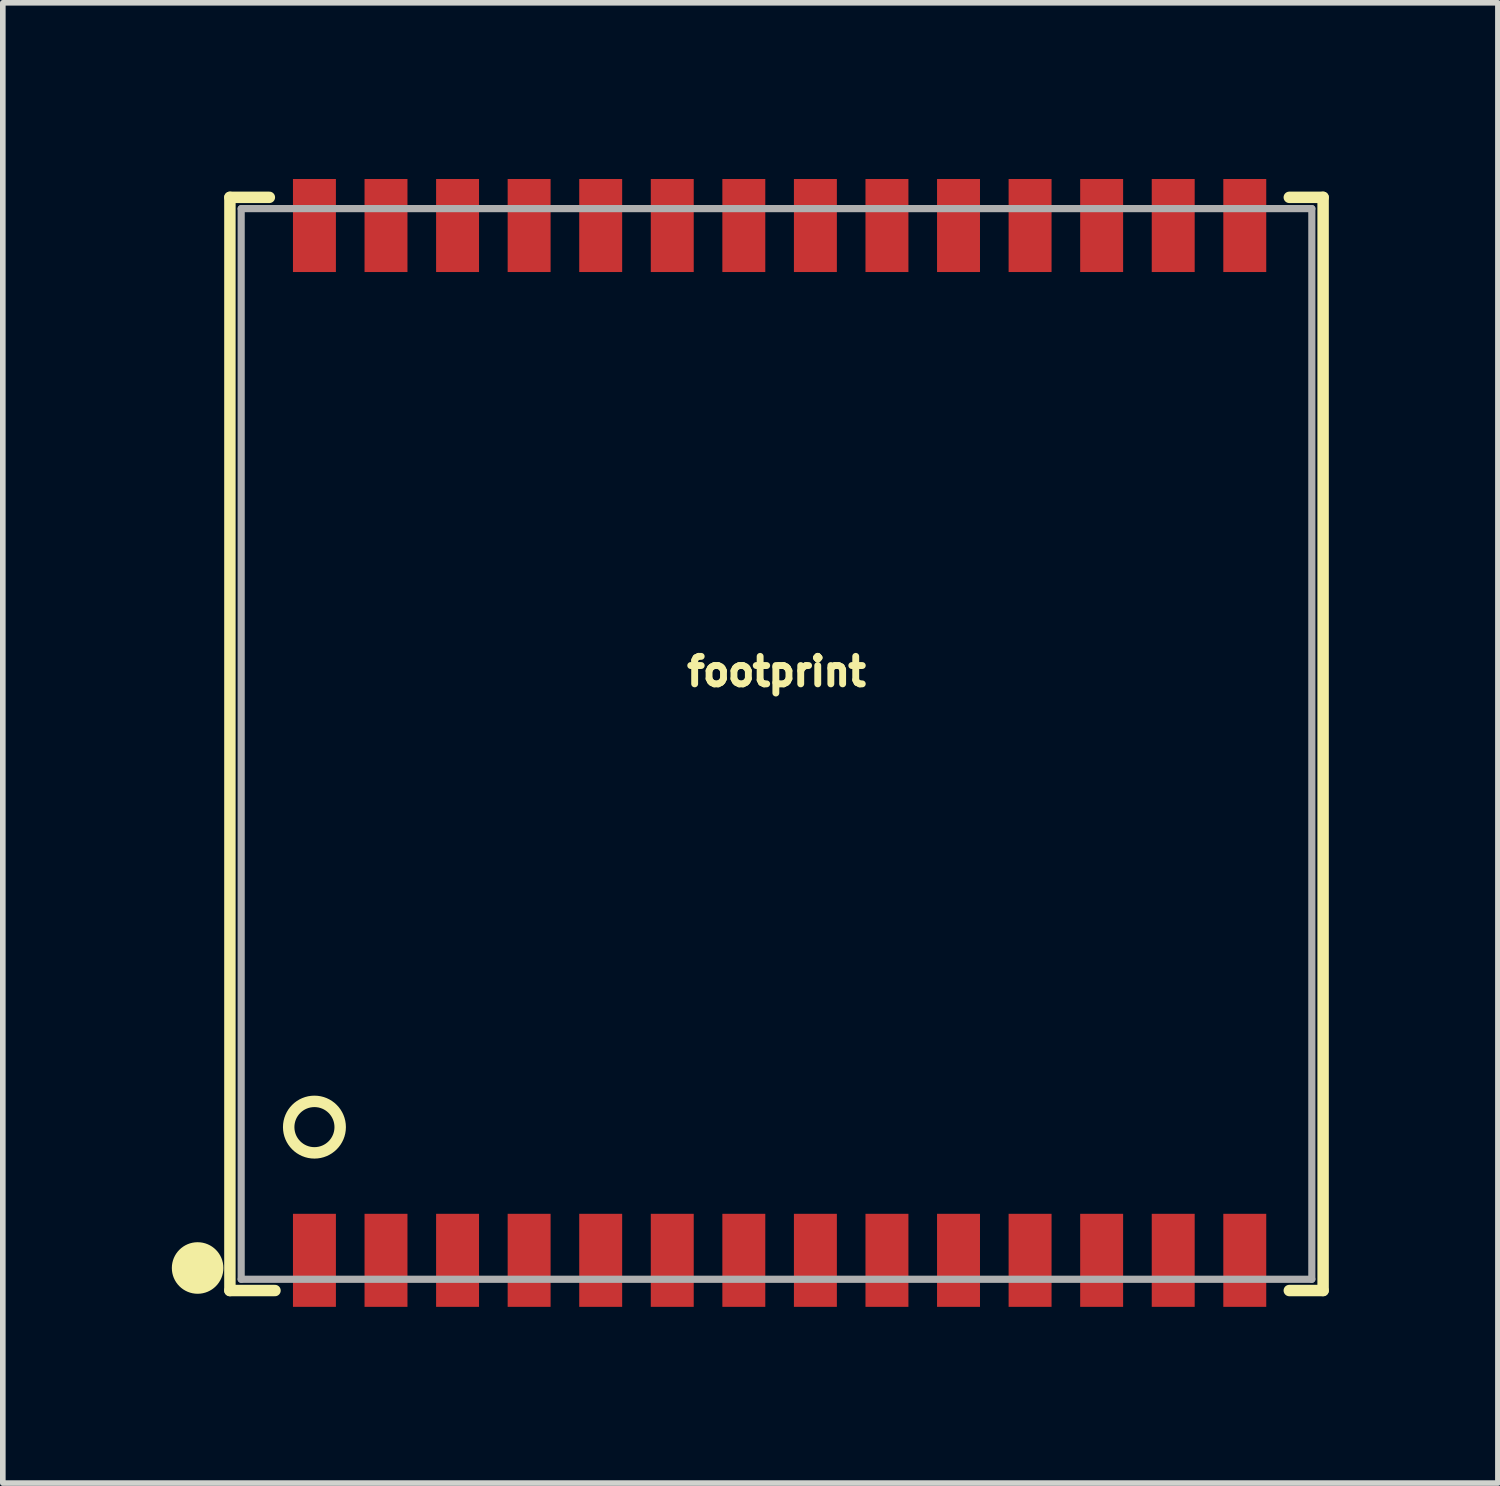
<source format=kicad_pcb>
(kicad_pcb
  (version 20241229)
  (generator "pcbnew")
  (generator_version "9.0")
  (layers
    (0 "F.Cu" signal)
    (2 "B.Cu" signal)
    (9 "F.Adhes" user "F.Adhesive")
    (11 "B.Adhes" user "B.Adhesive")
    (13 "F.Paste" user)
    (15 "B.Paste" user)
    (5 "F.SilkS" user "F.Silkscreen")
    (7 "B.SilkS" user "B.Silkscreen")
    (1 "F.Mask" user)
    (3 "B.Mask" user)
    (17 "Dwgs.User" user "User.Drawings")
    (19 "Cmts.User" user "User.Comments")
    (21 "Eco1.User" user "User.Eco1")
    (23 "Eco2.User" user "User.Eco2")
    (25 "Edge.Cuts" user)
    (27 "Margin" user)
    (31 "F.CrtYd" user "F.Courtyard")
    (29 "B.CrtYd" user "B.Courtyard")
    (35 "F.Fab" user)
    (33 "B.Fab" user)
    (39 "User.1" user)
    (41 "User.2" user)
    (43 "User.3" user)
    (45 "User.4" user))
  (footprint "footprint"
    (layer "F.Cu")
    (at 10.73 10.152)
    (property "Reference" "footprint" (at 0 -1 0) (layer "F.SilkS") (effects (font (size 0.488 0.488) (thickness 0.122)) (justify bottom)))
    (fp_line (start -9.7 -9.7) (end -9.7 9.7) (stroke (width 0.203) (type solid)) (layer "F.SilkS"))
    (fp_line (start -9.7 9.7) (end -8.9 9.7) (stroke (width 0.203) (type solid)) (layer "F.SilkS"))
    (fp_line (start -9 -9.7) (end -9.7 -9.7) (stroke (width 0.203) (type solid)) (layer "F.SilkS"))
    (fp_line (start 9.1 9.7) (end 9.7 9.7) (stroke (width 0.203) (type solid)) (layer "F.SilkS"))
    (fp_line (start 9.7 -9.7) (end 9.1 -9.7) (stroke (width 0.203) (type solid)) (layer "F.SilkS"))
    (fp_line (start 9.7 -9.7) (end 9.7 9.7) (stroke (width 0.203) (type solid)) (layer "F.SilkS"))
    (fp_circle (center -10.273 9.3) (end -10.044 9.3) (stroke (width 0.457) (type solid)) (fill yes) (layer "F.SilkS"))
    (fp_circle (center -8.2 6.8) (end -7.743 6.8) (stroke (width 0.203) (type solid)) (fill no) (layer "F.SilkS"))
    (fp_poly (pts (xy -7.806 9.482) (xy -7.705 9.482) (xy -7.705 10.117) (xy -8.695 10.117) (xy -8.695 9.482) (xy -8.594 9.482) (xy -8.594 8.339) (xy -7.806 8.339)) (stroke (width 0) (type solid)) (fill yes) (layer "F.Paste"))
    (fp_poly (pts (xy -7.705 -9.518) (xy -7.806 -9.518) (xy -7.806 -8.374) (xy -8.594 -8.374) (xy -8.594 -9.518) (xy -8.695 -9.518) (xy -8.695 -10.152) (xy -7.705 -10.152)) (stroke (width 0) (type solid)) (fill yes) (layer "F.Paste"))
    (fp_poly (pts (xy -6.536 9.482) (xy -6.435 9.482) (xy -6.435 10.117) (xy -7.425 10.117) (xy -7.425 9.482) (xy -7.324 9.482) (xy -7.324 8.339) (xy -6.536 8.339)) (stroke (width 0) (type solid)) (fill yes) (layer "F.Paste"))
    (fp_poly (pts (xy -6.435 -9.518) (xy -6.536 -9.518) (xy -6.536 -8.374) (xy -7.324 -8.374) (xy -7.324 -9.518) (xy -7.425 -9.518) (xy -7.425 -10.152) (xy -6.435 -10.152)) (stroke (width 0) (type solid)) (fill yes) (layer "F.Paste"))
    (fp_poly (pts (xy -5.266 9.482) (xy -5.165 9.482) (xy -5.165 10.117) (xy -6.155 10.117) (xy -6.155 9.482) (xy -6.054 9.482) (xy -6.054 8.339) (xy -5.266 8.339)) (stroke (width 0) (type solid)) (fill yes) (layer "F.Paste"))
    (fp_poly (pts (xy -5.165 -9.518) (xy -5.266 -9.518) (xy -5.266 -8.374) (xy -6.054 -8.374) (xy -6.054 -9.518) (xy -6.155 -9.518) (xy -6.155 -10.152) (xy -5.165 -10.152)) (stroke (width 0) (type solid)) (fill yes) (layer "F.Paste"))
    (fp_poly (pts (xy -3.996 9.482) (xy -3.895 9.482) (xy -3.895 10.117) (xy -4.885 10.117) (xy -4.885 9.482) (xy -4.784 9.482) (xy -4.784 8.339) (xy -3.996 8.339)) (stroke (width 0) (type solid)) (fill yes) (layer "F.Paste"))
    (fp_poly (pts (xy -3.895 -9.518) (xy -3.996 -9.518) (xy -3.996 -8.374) (xy -4.784 -8.374) (xy -4.784 -9.518) (xy -4.885 -9.518) (xy -4.885 -10.152) (xy -3.895 -10.152)) (stroke (width 0) (type solid)) (fill yes) (layer "F.Paste"))
    (fp_poly (pts (xy -2.726 9.482) (xy -2.625 9.482) (xy -2.625 10.117) (xy -3.615 10.117) (xy -3.615 9.482) (xy -3.514 9.482) (xy -3.514 8.339) (xy -2.726 8.339)) (stroke (width 0) (type solid)) (fill yes) (layer "F.Paste"))
    (fp_poly (pts (xy -2.625 -9.518) (xy -2.726 -9.518) (xy -2.726 -8.374) (xy -3.514 -8.374) (xy -3.514 -9.518) (xy -3.615 -9.518) (xy -3.615 -10.152) (xy -2.625 -10.152)) (stroke (width 0) (type solid)) (fill yes) (layer "F.Paste"))
    (fp_poly (pts (xy -1.456 9.482) (xy -1.355 9.482) (xy -1.355 10.117) (xy -2.345 10.117) (xy -2.345 9.482) (xy -2.244 9.482) (xy -2.244 8.339) (xy -1.456 8.339)) (stroke (width 0) (type solid)) (fill yes) (layer "F.Paste"))
    (fp_poly (pts (xy -1.355 -9.518) (xy -1.456 -9.518) (xy -1.456 -8.374) (xy -2.244 -8.374) (xy -2.244 -9.518) (xy -2.345 -9.518) (xy -2.345 -10.152) (xy -1.355 -10.152)) (stroke (width 0) (type solid)) (fill yes) (layer "F.Paste"))
    (fp_poly (pts (xy -0.186 9.482) (xy -0.085 9.482) (xy -0.085 10.117) (xy -1.075 10.117) (xy -1.075 9.482) (xy -0.974 9.482) (xy -0.974 8.339) (xy -0.186 8.339)) (stroke (width 0) (type solid)) (fill yes) (layer "F.Paste"))
    (fp_poly (pts (xy -0.085 -9.518) (xy -0.186 -9.518) (xy -0.186 -8.374) (xy -0.974 -8.374) (xy -0.974 -9.518) (xy -1.075 -9.518) (xy -1.075 -10.152) (xy -0.085 -10.152)) (stroke (width 0) (type solid)) (fill yes) (layer "F.Paste"))
    (fp_poly (pts (xy 1.084 9.482) (xy 1.185 9.482) (xy 1.185 10.117) (xy 0.195 10.117) (xy 0.195 9.482) (xy 0.296 9.482) (xy 0.296 8.339) (xy 1.084 8.339)) (stroke (width 0) (type solid)) (fill yes) (layer "F.Paste"))
    (fp_poly (pts (xy 1.185 -9.518) (xy 1.084 -9.518) (xy 1.084 -8.374) (xy 0.296 -8.374) (xy 0.296 -9.518) (xy 0.195 -9.518) (xy 0.195 -10.152) (xy 1.185 -10.152)) (stroke (width 0) (type solid)) (fill yes) (layer "F.Paste"))
    (fp_poly (pts (xy 2.354 9.482) (xy 2.455 9.482) (xy 2.455 10.117) (xy 1.465 10.117) (xy 1.465 9.482) (xy 1.566 9.482) (xy 1.566 8.339) (xy 2.354 8.339)) (stroke (width 0) (type solid)) (fill yes) (layer "F.Paste"))
    (fp_poly (pts (xy 2.455 -9.518) (xy 2.354 -9.518) (xy 2.354 -8.374) (xy 1.566 -8.374) (xy 1.566 -9.518) (xy 1.465 -9.518) (xy 1.465 -10.152) (xy 2.455 -10.152)) (stroke (width 0) (type solid)) (fill yes) (layer "F.Paste"))
    (fp_poly (pts (xy 3.624 9.482) (xy 3.725 9.482) (xy 3.725 10.117) (xy 2.735 10.117) (xy 2.735 9.482) (xy 2.836 9.482) (xy 2.836 8.339) (xy 3.624 8.339)) (stroke (width 0) (type solid)) (fill yes) (layer "F.Paste"))
    (fp_poly (pts (xy 3.725 -9.518) (xy 3.624 -9.518) (xy 3.624 -8.374) (xy 2.836 -8.374) (xy 2.836 -9.518) (xy 2.735 -9.518) (xy 2.735 -10.152) (xy 3.725 -10.152)) (stroke (width 0) (type solid)) (fill yes) (layer "F.Paste"))
    (fp_poly (pts (xy 4.894 9.482) (xy 4.995 9.482) (xy 4.995 10.117) (xy 4.005 10.117) (xy 4.005 9.482) (xy 4.106 9.482) (xy 4.106 8.339) (xy 4.894 8.339)) (stroke (width 0) (type solid)) (fill yes) (layer "F.Paste"))
    (fp_poly (pts (xy 4.995 -9.518) (xy 4.894 -9.518) (xy 4.894 -8.374) (xy 4.106 -8.374) (xy 4.106 -9.518) (xy 4.005 -9.518) (xy 4.005 -10.152) (xy 4.995 -10.152)) (stroke (width 0) (type solid)) (fill yes) (layer "F.Paste"))
    (fp_poly (pts (xy 6.164 9.482) (xy 6.265 9.482) (xy 6.265 10.117) (xy 5.275 10.117) (xy 5.275 9.482) (xy 5.376 9.482) (xy 5.376 8.339) (xy 6.164 8.339)) (stroke (width 0) (type solid)) (fill yes) (layer "F.Paste"))
    (fp_poly (pts (xy 6.265 -9.518) (xy 6.164 -9.518) (xy 6.164 -8.374) (xy 5.376 -8.374) (xy 5.376 -9.518) (xy 5.275 -9.518) (xy 5.275 -10.152) (xy 6.265 -10.152)) (stroke (width 0) (type solid)) (fill yes) (layer "F.Paste"))
    (fp_poly (pts (xy 7.434 9.482) (xy 7.535 9.482) (xy 7.535 10.117) (xy 6.545 10.117) (xy 6.545 9.482) (xy 6.646 9.482) (xy 6.646 8.339) (xy 7.434 8.339)) (stroke (width 0) (type solid)) (fill yes) (layer "F.Paste"))
    (fp_poly (pts (xy 7.535 -9.518) (xy 7.434 -9.518) (xy 7.434 -8.374) (xy 6.646 -8.374) (xy 6.646 -9.518) (xy 6.545 -9.518) (xy 6.545 -10.152) (xy 7.535 -10.152)) (stroke (width 0) (type solid)) (fill yes) (layer "F.Paste"))
    (fp_poly (pts (xy 8.704 9.482) (xy 8.805 9.482) (xy 8.805 10.117) (xy 7.815 10.117) (xy 7.815 9.482) (xy 7.916 9.482) (xy 7.916 8.339) (xy 8.704 8.339)) (stroke (width 0) (type solid)) (fill yes) (layer "F.Paste"))
    (fp_poly (pts (xy 8.805 -9.518) (xy 8.704 -9.518) (xy 8.704 -8.374) (xy 7.916 -8.374) (xy 7.916 -9.518) (xy 7.815 -9.518) (xy 7.815 -10.152) (xy 8.805 -10.152)) (stroke (width 0) (type solid)) (fill yes) (layer "F.Paste"))
    (fp_line (start -9.5 -9.5) (end -9.5 9.5) (stroke (width 0.127) (type solid)) (layer "F.Fab"))
    (fp_line (start -9.5 -9.5) (end 9.5 -9.5) (stroke (width 0.127) (type solid)) (layer "F.Fab"))
    (fp_line (start -9.5 9.5) (end 9.5 9.5) (stroke (width 0.127) (type solid)) (layer "F.Fab"))
    (fp_line (start 9.5 -9.5) (end 9.5 9.5) (stroke (width 0.127) (type solid)) (layer "F.Fab"))
    (pad "1" smd rect (at -8.2 9.164 180) (size 0.762 1.651) (layers "F.Cu" "F.Mask"))
    (pad "2" smd rect (at -6.93 9.164 180) (size 0.762 1.651) (layers "F.Cu" "F.Mask"))
    (pad "3" smd rect (at -5.66 9.164 180) (size 0.762 1.651) (layers "F.Cu" "F.Mask"))
    (pad "4" smd rect (at -4.39 9.164 180) (size 0.762 1.651) (layers "F.Cu" "F.Mask"))
    (pad "5" smd rect (at -3.12 9.164 180) (size 0.762 1.651) (layers "F.Cu" "F.Mask"))
    (pad "6" smd rect (at -1.85 9.164 180) (size 0.762 1.651) (layers "F.Cu" "F.Mask"))
    (pad "7" smd rect (at -0.58 9.164 180) (size 0.762 1.651) (layers "F.Cu" "F.Mask"))
    (pad "8" smd rect (at 0.69 9.164 180) (size 0.762 1.651) (layers "F.Cu" "F.Mask"))
    (pad "9" smd rect (at 1.96 9.164 180) (size 0.762 1.651) (layers "F.Cu" "F.Mask"))
    (pad "10" smd rect (at 3.23 9.164 180) (size 0.762 1.651) (layers "F.Cu" "F.Mask"))
    (pad "11" smd rect (at 4.5 9.164 180) (size 0.762 1.651) (layers "F.Cu" "F.Mask"))
    (pad "12" smd rect (at 5.77 9.164 180) (size 0.762 1.651) (layers "F.Cu" "F.Mask"))
    (pad "13" smd rect (at 7.04 9.164 180) (size 0.762 1.651) (layers "F.Cu" "F.Mask"))
    (pad "14" smd rect (at 8.31 9.164 180) (size 0.762 1.651) (layers "F.Cu" "F.Mask"))
    (pad "15" smd rect (at 8.31 -9.2 180) (size 0.762 1.651) (layers "F.Cu" "F.Mask"))
    (pad "16" smd rect (at 7.04 -9.2 180) (size 0.762 1.651) (layers "F.Cu" "F.Mask"))
    (pad "17" smd rect (at 5.77 -9.2 180) (size 0.762 1.651) (layers "F.Cu" "F.Mask"))
    (pad "18" smd rect (at 4.5 -9.2 180) (size 0.762 1.651) (layers "F.Cu" "F.Mask"))
    (pad "19" smd rect (at 3.23 -9.2 180) (size 0.762 1.651) (layers "F.Cu" "F.Mask"))
    (pad "20" smd rect (at 1.96 -9.2 180) (size 0.762 1.651) (layers "F.Cu" "F.Mask"))
    (pad "21" smd rect (at 0.69 -9.2 180) (size 0.762 1.651) (layers "F.Cu" "F.Mask"))
    (pad "22" smd rect (at -0.58 -9.2 180) (size 0.762 1.651) (layers "F.Cu" "F.Mask"))
    (pad "23" smd rect (at -1.85 -9.2 180) (size 0.762 1.651) (layers "F.Cu" "F.Mask"))
    (pad "24" smd rect (at -3.12 -9.2 180) (size 0.762 1.651) (layers "F.Cu" "F.Mask"))
    (pad "25" smd rect (at -4.39 -9.2 180) (size 0.762 1.651) (layers "F.Cu" "F.Mask"))
    (pad "26" smd rect (at -5.66 -9.2 180) (size 0.762 1.651) (layers "F.Cu" "F.Mask"))
    (pad "27" smd rect (at -6.93 -9.2 180) (size 0.762 1.651) (layers "F.Cu" "F.Mask"))
    (pad "28" smd rect (at -8.2 -9.2 180) (size 0.762 1.651) (layers "F.Cu" "F.Mask")))
  (gr_rect
    (start -3 -3)
    (end 23.532 23.269)
    (stroke (width 0.1) (type default))
    (fill no)
    (layer "Edge.Cuts")))
</source>
